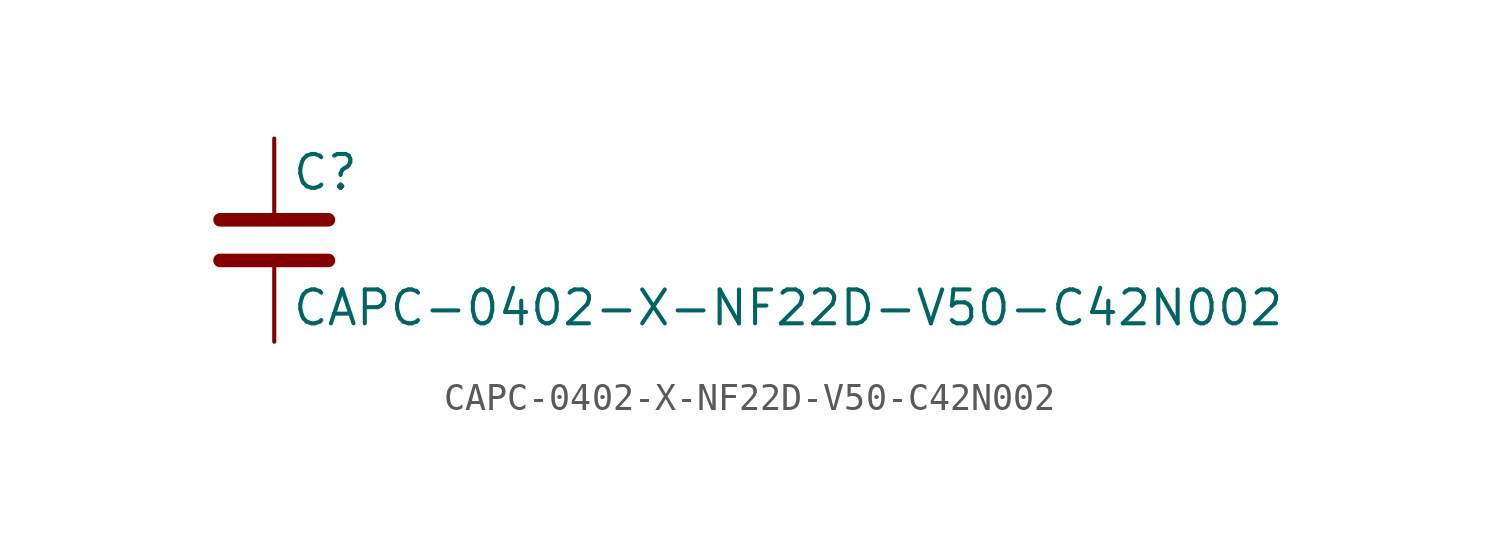
<source format=kicad_sym>
(kicad_symbol_lib
  (version 20211014)
  (generator kicad_symbol_editor)
  (symbol "CAPC-0402-X-NF22D-V50-C42N002"
    (pin_numbers hide)
    (pin_names
      (offset 0.254))
    (property "Reference" "C"
      (at 0.635 2.54 0)
      (effects (font (size 1.27 1.27)) (justify left)))
    (property "Value" "CAPC-0402-X-NF22D-V50-C42N002"
      (at 0.635 -2.54 0)
      (effects (font (size 1.27 1.27)) (justify left)))
    (symbol "CAPC-0402-X-NF22D-V50-C42N002_0_1"
      (polyline (pts (xy -2.032 -0.762) (xy 2.032 -0.762)) (stroke (width 0.508) (type default) (color 0 0 0 0)) (fill (type none)))
      (polyline (pts (xy -2.032 0.762) (xy 2.032 0.762)) (stroke (width 0.508) (type default) (color 0 0 0 0)) (fill (type none))))
    (symbol "CAPC-0402-X-NF22D-V50-C42N002_1_1"
      (pin passive line (at 0 3.81 270) (length 2.794) (name "~" (effects (font (size 1.27 1.27)))) (number "1" (effects (font (size 1.27 1.27)))))
      (pin passive line (at 0 -3.81 90) (length 2.794) (name "~" (effects (font (size 1.27 1.27)))) (number "2" (effects (font (size 1.27 1.27))))))))
</source>
